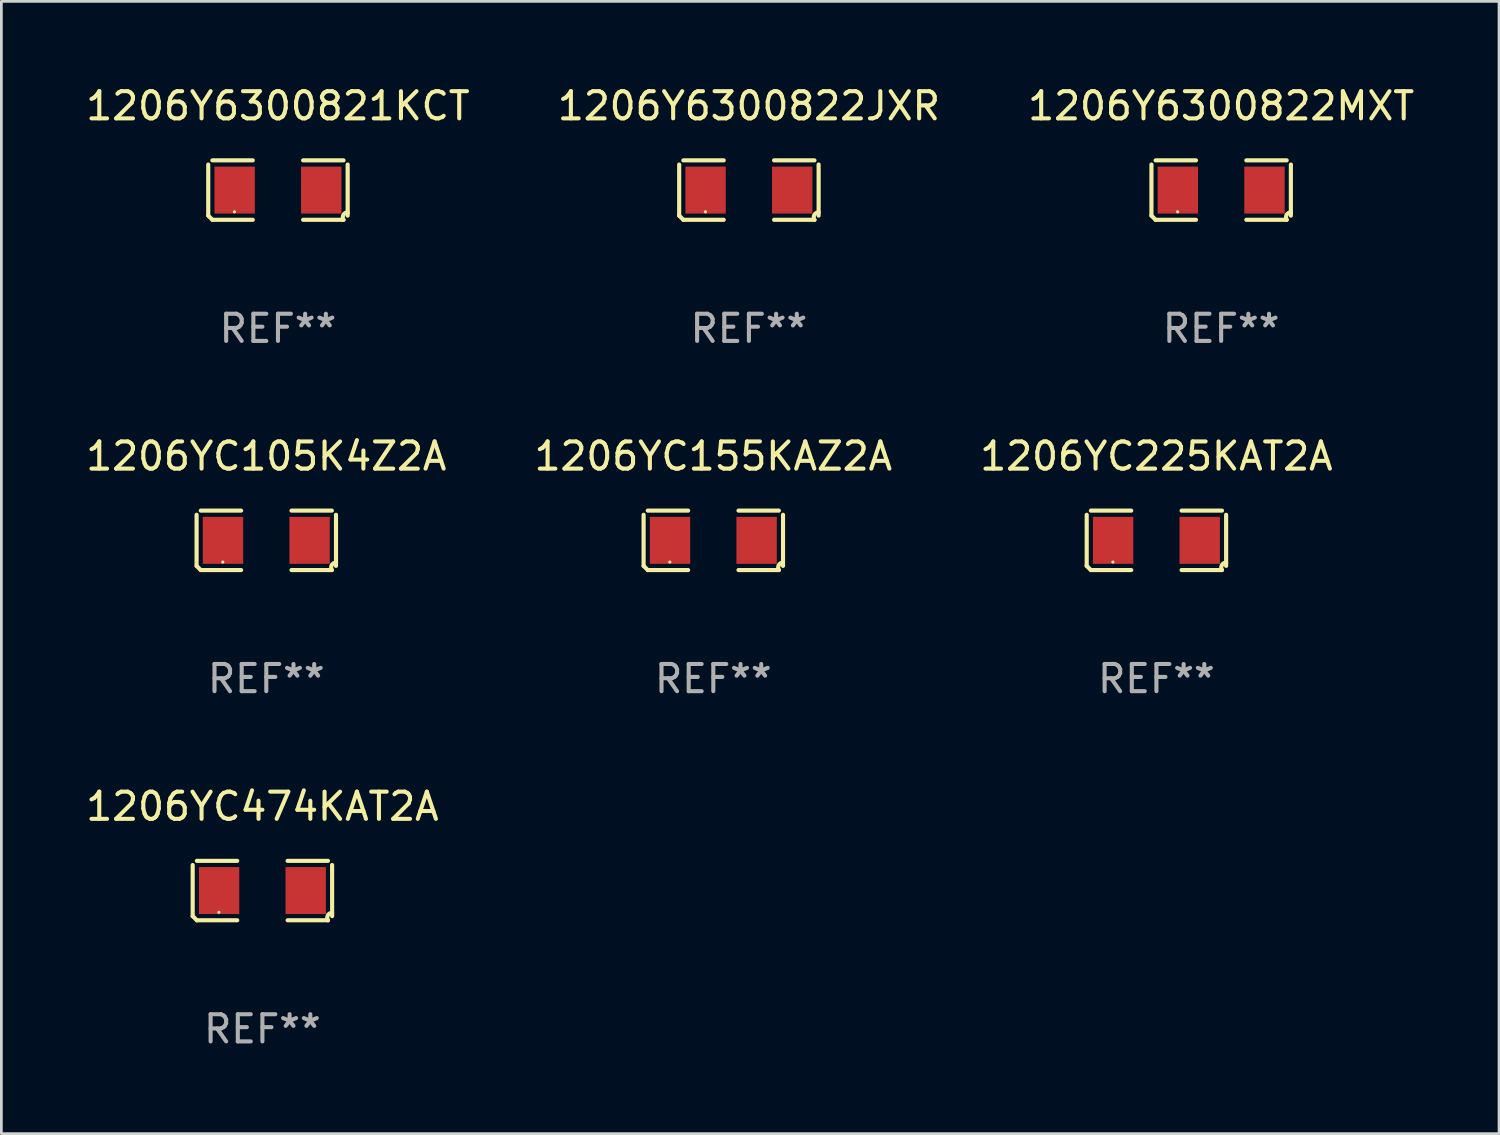
<source format=kicad_pcb>
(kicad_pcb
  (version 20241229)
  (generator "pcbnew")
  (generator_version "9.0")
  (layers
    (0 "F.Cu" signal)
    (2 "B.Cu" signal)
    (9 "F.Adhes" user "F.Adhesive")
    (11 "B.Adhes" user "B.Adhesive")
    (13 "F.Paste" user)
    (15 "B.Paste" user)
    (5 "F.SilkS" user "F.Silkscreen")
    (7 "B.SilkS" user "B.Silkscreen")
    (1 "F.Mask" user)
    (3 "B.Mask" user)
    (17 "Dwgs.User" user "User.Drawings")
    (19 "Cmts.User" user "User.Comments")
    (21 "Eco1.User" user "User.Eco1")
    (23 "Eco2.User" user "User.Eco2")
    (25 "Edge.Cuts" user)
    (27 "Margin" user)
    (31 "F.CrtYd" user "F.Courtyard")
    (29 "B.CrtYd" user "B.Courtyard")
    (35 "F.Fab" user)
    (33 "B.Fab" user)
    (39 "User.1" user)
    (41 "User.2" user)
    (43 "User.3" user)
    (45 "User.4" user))
  (footprint "1206YC474KAT2A"
    (layer "F.Cu")
    (at 6.601 29.704)
    (property "Reference" "1206YC474KAT2A" (at 0 -3.093 0) (layer "F.SilkS") (effects (font (size 1 1) (thickness 0.15))))
    (attr through_hole)
    (fp_line (start -2.564 0.94) (end -2.564 -0.94) (stroke (width 0.152) (type solid)) (layer "F.SilkS"))
    (fp_line (start -2.411 -1.093) (end -0.926 -1.093) (stroke (width 0.152) (type solid)) (layer "F.SilkS"))
    (fp_line (start -0.926 1.093) (end -2.411 1.093) (stroke (width 0.152) (type solid)) (layer "F.SilkS"))
    (fp_line (start 0.926 1.093) (end 2.411 1.093) (stroke (width 0.152) (type solid)) (layer "F.SilkS"))
    (fp_line (start 2.411 -1.093) (end 0.926 -1.093) (stroke (width 0.152) (type solid)) (layer "F.SilkS"))
    (fp_line (start 2.564 0.94) (end 2.564 -0.94) (stroke (width 0.152) (type solid)) (layer "F.SilkS"))
    (fp_arc (start -2.411201 1.092609) (mid -2.487413 1.01642) (end -2.563602 0.940208) (stroke (width 0.1524) (type solid)) (layer "F.SilkS"))
    (fp_arc (start 2.411201 1.092609) (mid 2.407159 0.911226) (end 2.563602 0.819347) (stroke (width 0.1524) (type solid)) (layer "F.SilkS"))
    (fp_circle (center -1.6 0.8) (end -1.57 0.8) (stroke (width 0.06) (type solid)) (fill no) (layer "F.SilkS"))
    (fp_text user "REF**" (at 0 5.093 0) (layer "F.Fab") (effects (font (size 1 1) (thickness 0.15))))
    (pad "1" smd rect (at -1.593 0) (size 1.485 1.728) (layers "F.Cu" "F.Mask" "F.Paste"))
    (pad "2" smd rect (at 1.593 0) (size 1.485 1.728) (layers "F.Cu" "F.Mask" "F.Paste")))
  (footprint "1206Y6300822JXR"
    (layer "F.Cu")
    (at 24.494 3.941)
    (property "Reference" "1206Y6300822JXR" (at 0 -3.093 0) (layer "F.SilkS") (effects (font (size 1 1) (thickness 0.15))))
    (attr through_hole)
    (fp_line (start -2.564 0.94) (end -2.564 -0.94) (stroke (width 0.152) (type solid)) (layer "F.SilkS"))
    (fp_line (start -2.411 -1.093) (end -0.926 -1.093) (stroke (width 0.152) (type solid)) (layer "F.SilkS"))
    (fp_line (start -0.926 1.093) (end -2.411 1.093) (stroke (width 0.152) (type solid)) (layer "F.SilkS"))
    (fp_line (start 0.926 1.093) (end 2.411 1.093) (stroke (width 0.152) (type solid)) (layer "F.SilkS"))
    (fp_line (start 2.411 -1.093) (end 0.926 -1.093) (stroke (width 0.152) (type solid)) (layer "F.SilkS"))
    (fp_line (start 2.564 0.94) (end 2.564 -0.94) (stroke (width 0.152) (type solid)) (layer "F.SilkS"))
    (fp_arc (start -2.411201 1.092609) (mid -2.487413 1.01642) (end -2.563602 0.940208) (stroke (width 0.1524) (type solid)) (layer "F.SilkS"))
    (fp_arc (start 2.411201 1.092609) (mid 2.407159 0.911226) (end 2.563602 0.819347) (stroke (width 0.1524) (type solid)) (layer "F.SilkS"))
    (fp_circle (center -1.6 0.8) (end -1.57 0.8) (stroke (width 0.06) (type solid)) (fill no) (layer "F.SilkS"))
    (fp_text user "REF**" (at 0 5.093 0) (layer "F.Fab") (effects (font (size 1 1) (thickness 0.15))))
    (pad "1" smd rect (at -1.593 0) (size 1.485 1.728) (layers "F.Cu" "F.Mask" "F.Paste"))
    (pad "2" smd rect (at 1.593 0) (size 1.485 1.728) (layers "F.Cu" "F.Mask" "F.Paste")))
  (footprint "1206YC225KAT2A"
    (layer "F.Cu")
    (at 39.482 16.823)
    (property "Reference" "1206YC225KAT2A" (at 0 -3.093 0) (layer "F.SilkS") (effects (font (size 1 1) (thickness 0.15))))
    (attr through_hole)
    (fp_line (start -2.564 0.94) (end -2.564 -0.94) (stroke (width 0.152) (type solid)) (layer "F.SilkS"))
    (fp_line (start -2.411 -1.093) (end -0.926 -1.093) (stroke (width 0.152) (type solid)) (layer "F.SilkS"))
    (fp_line (start -0.926 1.093) (end -2.411 1.093) (stroke (width 0.152) (type solid)) (layer "F.SilkS"))
    (fp_line (start 0.926 1.093) (end 2.411 1.093) (stroke (width 0.152) (type solid)) (layer "F.SilkS"))
    (fp_line (start 2.411 -1.093) (end 0.926 -1.093) (stroke (width 0.152) (type solid)) (layer "F.SilkS"))
    (fp_line (start 2.564 0.94) (end 2.564 -0.94) (stroke (width 0.152) (type solid)) (layer "F.SilkS"))
    (fp_arc (start -2.411201 1.092609) (mid -2.487413 1.01642) (end -2.563602 0.940208) (stroke (width 0.1524) (type solid)) (layer "F.SilkS"))
    (fp_arc (start 2.411201 1.092609) (mid 2.407159 0.911226) (end 2.563602 0.819347) (stroke (width 0.1524) (type solid)) (layer "F.SilkS"))
    (fp_circle (center -1.6 0.8) (end -1.57 0.8) (stroke (width 0.06) (type solid)) (fill no) (layer "F.SilkS"))
    (fp_text user "REF**" (at 0 5.093 0) (layer "F.Fab") (effects (font (size 1 1) (thickness 0.15))))
    (pad "1" smd rect (at -1.593 0) (size 1.485 1.728) (layers "F.Cu" "F.Mask" "F.Paste"))
    (pad "2" smd rect (at 1.593 0) (size 1.485 1.728) (layers "F.Cu" "F.Mask" "F.Paste")))
  (footprint "1206Y6300821KCT"
    (layer "F.Cu")
    (at 7.173 3.941)
    (property "Reference" "1206Y6300821KCT" (at 0 -3.093 0) (layer "F.SilkS") (effects (font (size 1 1) (thickness 0.15))))
    (attr through_hole)
    (fp_line (start -2.564 0.94) (end -2.564 -0.94) (stroke (width 0.152) (type solid)) (layer "F.SilkS"))
    (fp_line (start -2.411 -1.093) (end -0.926 -1.093) (stroke (width 0.152) (type solid)) (layer "F.SilkS"))
    (fp_line (start -0.926 1.093) (end -2.411 1.093) (stroke (width 0.152) (type solid)) (layer "F.SilkS"))
    (fp_line (start 0.926 1.093) (end 2.411 1.093) (stroke (width 0.152) (type solid)) (layer "F.SilkS"))
    (fp_line (start 2.411 -1.093) (end 0.926 -1.093) (stroke (width 0.152) (type solid)) (layer "F.SilkS"))
    (fp_line (start 2.564 0.94) (end 2.564 -0.94) (stroke (width 0.152) (type solid)) (layer "F.SilkS"))
    (fp_arc (start -2.411201 1.092609) (mid -2.487413 1.01642) (end -2.563602 0.940208) (stroke (width 0.1524) (type solid)) (layer "F.SilkS"))
    (fp_arc (start 2.411201 1.092609) (mid 2.407159 0.911226) (end 2.563602 0.819347) (stroke (width 0.1524) (type solid)) (layer "F.SilkS"))
    (fp_circle (center -1.6 0.8) (end -1.57 0.8) (stroke (width 0.06) (type solid)) (fill no) (layer "F.SilkS"))
    (fp_text user "REF**" (at 0 5.093 0) (layer "F.Fab") (effects (font (size 1 1) (thickness 0.15))))
    (pad "1" smd rect (at -1.593 0) (size 1.485 1.728) (layers "F.Cu" "F.Mask" "F.Paste"))
    (pad "2" smd rect (at 1.593 0) (size 1.485 1.728) (layers "F.Cu" "F.Mask" "F.Paste")))
  (footprint "1206YC155KAZ2A"
    (layer "F.Cu")
    (at 23.185 16.823)
    (property "Reference" "1206YC155KAZ2A" (at 0 -3.093 0) (layer "F.SilkS") (effects (font (size 1 1) (thickness 0.15))))
    (attr through_hole)
    (fp_line (start -2.564 0.94) (end -2.564 -0.94) (stroke (width 0.152) (type solid)) (layer "F.SilkS"))
    (fp_line (start -2.411 -1.093) (end -0.926 -1.093) (stroke (width 0.152) (type solid)) (layer "F.SilkS"))
    (fp_line (start -0.926 1.093) (end -2.411 1.093) (stroke (width 0.152) (type solid)) (layer "F.SilkS"))
    (fp_line (start 0.926 1.093) (end 2.411 1.093) (stroke (width 0.152) (type solid)) (layer "F.SilkS"))
    (fp_line (start 2.411 -1.093) (end 0.926 -1.093) (stroke (width 0.152) (type solid)) (layer "F.SilkS"))
    (fp_line (start 2.564 0.94) (end 2.564 -0.94) (stroke (width 0.152) (type solid)) (layer "F.SilkS"))
    (fp_arc (start -2.411201 1.092609) (mid -2.487413 1.01642) (end -2.563602 0.940208) (stroke (width 0.1524) (type solid)) (layer "F.SilkS"))
    (fp_arc (start 2.411201 1.092609) (mid 2.407159 0.911226) (end 2.563602 0.819347) (stroke (width 0.1524) (type solid)) (layer "F.SilkS"))
    (fp_circle (center -1.6 0.8) (end -1.57 0.8) (stroke (width 0.06) (type solid)) (fill no) (layer "F.SilkS"))
    (fp_text user "REF**" (at 0 5.093 0) (layer "F.Fab") (effects (font (size 1 1) (thickness 0.15))))
    (pad "1" smd rect (at -1.593 0) (size 1.485 1.728) (layers "F.Cu" "F.Mask" "F.Paste"))
    (pad "2" smd rect (at 1.593 0) (size 1.485 1.728) (layers "F.Cu" "F.Mask" "F.Paste")))
  (footprint "1206Y6300822MXT"
    (layer "F.Cu")
    (at 41.863 3.941)
    (property "Reference" "1206Y6300822MXT" (at 0 -3.093 0) (layer "F.SilkS") (effects (font (size 1 1) (thickness 0.15))))
    (attr through_hole)
    (fp_line (start -2.564 0.94) (end -2.564 -0.94) (stroke (width 0.152) (type solid)) (layer "F.SilkS"))
    (fp_line (start -2.411 -1.093) (end -0.926 -1.093) (stroke (width 0.152) (type solid)) (layer "F.SilkS"))
    (fp_line (start -0.926 1.093) (end -2.411 1.093) (stroke (width 0.152) (type solid)) (layer "F.SilkS"))
    (fp_line (start 0.926 1.093) (end 2.411 1.093) (stroke (width 0.152) (type solid)) (layer "F.SilkS"))
    (fp_line (start 2.411 -1.093) (end 0.926 -1.093) (stroke (width 0.152) (type solid)) (layer "F.SilkS"))
    (fp_line (start 2.564 0.94) (end 2.564 -0.94) (stroke (width 0.152) (type solid)) (layer "F.SilkS"))
    (fp_arc (start -2.411201 1.092609) (mid -2.487413 1.01642) (end -2.563602 0.940208) (stroke (width 0.1524) (type solid)) (layer "F.SilkS"))
    (fp_arc (start 2.411201 1.092609) (mid 2.407159 0.911226) (end 2.563602 0.819347) (stroke (width 0.1524) (type solid)) (layer "F.SilkS"))
    (fp_circle (center -1.6 0.8) (end -1.57 0.8) (stroke (width 0.06) (type solid)) (fill no) (layer "F.SilkS"))
    (fp_text user "REF**" (at 0 5.093 0) (layer "F.Fab") (effects (font (size 1 1) (thickness 0.15))))
    (pad "1" smd rect (at -1.593 0) (size 1.485 1.728) (layers "F.Cu" "F.Mask" "F.Paste"))
    (pad "2" smd rect (at 1.593 0) (size 1.485 1.728) (layers "F.Cu" "F.Mask" "F.Paste")))
  (footprint "1206YC105K4Z2A"
    (layer "F.Cu")
    (at 6.744 16.823)
    (property "Reference" "1206YC105K4Z2A" (at 0 -3.093 0) (layer "F.SilkS") (effects (font (size 1 1) (thickness 0.15))))
    (attr through_hole)
    (fp_line (start -2.564 0.94) (end -2.564 -0.94) (stroke (width 0.152) (type solid)) (layer "F.SilkS"))
    (fp_line (start -2.411 -1.093) (end -0.926 -1.093) (stroke (width 0.152) (type solid)) (layer "F.SilkS"))
    (fp_line (start -0.926 1.093) (end -2.411 1.093) (stroke (width 0.152) (type solid)) (layer "F.SilkS"))
    (fp_line (start 0.926 1.093) (end 2.411 1.093) (stroke (width 0.152) (type solid)) (layer "F.SilkS"))
    (fp_line (start 2.411 -1.093) (end 0.926 -1.093) (stroke (width 0.152) (type solid)) (layer "F.SilkS"))
    (fp_line (start 2.564 0.94) (end 2.564 -0.94) (stroke (width 0.152) (type solid)) (layer "F.SilkS"))
    (fp_arc (start -2.411201 1.092609) (mid -2.487413 1.01642) (end -2.563602 0.940208) (stroke (width 0.1524) (type solid)) (layer "F.SilkS"))
    (fp_arc (start 2.411201 1.092609) (mid 2.407159 0.911226) (end 2.563602 0.819347) (stroke (width 0.1524) (type solid)) (layer "F.SilkS"))
    (fp_circle (center -1.6 0.8) (end -1.57 0.8) (stroke (width 0.06) (type solid)) (fill no) (layer "F.SilkS"))
    (fp_text user "REF**" (at 0 5.093 0) (layer "F.Fab") (effects (font (size 1 1) (thickness 0.15))))
    (pad "1" smd rect (at -1.593 0) (size 1.485 1.728) (layers "F.Cu" "F.Mask" "F.Paste"))
    (pad "2" smd rect (at 1.593 0) (size 1.485 1.728) (layers "F.Cu" "F.Mask" "F.Paste")))
  (gr_rect
    (start -3 -3)
    (end 52.083 38.645)
    (stroke (width 0.1) (type default))
    (fill no)
    (layer "Edge.Cuts")))
</source>
